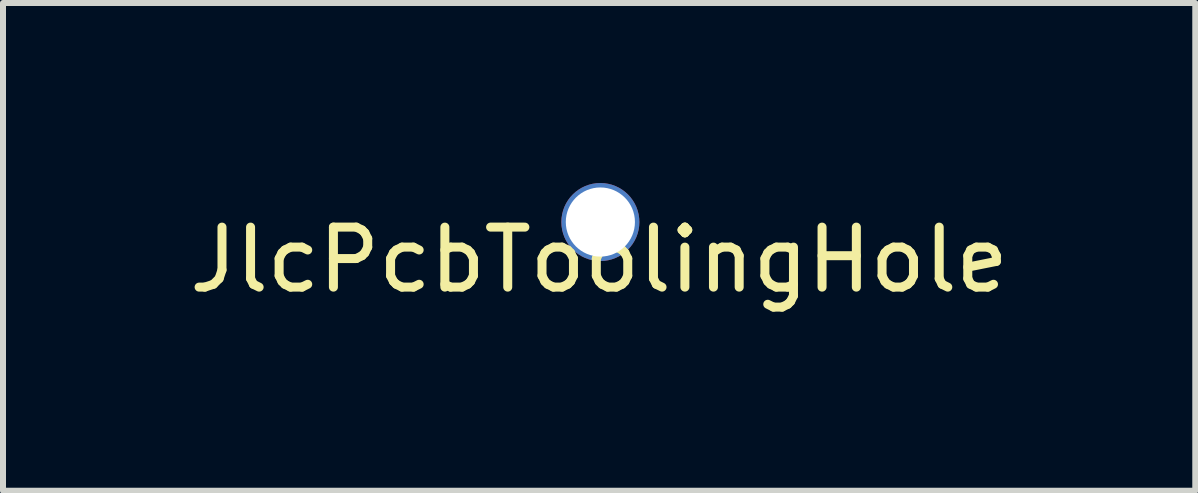
<source format=kicad_pcb>
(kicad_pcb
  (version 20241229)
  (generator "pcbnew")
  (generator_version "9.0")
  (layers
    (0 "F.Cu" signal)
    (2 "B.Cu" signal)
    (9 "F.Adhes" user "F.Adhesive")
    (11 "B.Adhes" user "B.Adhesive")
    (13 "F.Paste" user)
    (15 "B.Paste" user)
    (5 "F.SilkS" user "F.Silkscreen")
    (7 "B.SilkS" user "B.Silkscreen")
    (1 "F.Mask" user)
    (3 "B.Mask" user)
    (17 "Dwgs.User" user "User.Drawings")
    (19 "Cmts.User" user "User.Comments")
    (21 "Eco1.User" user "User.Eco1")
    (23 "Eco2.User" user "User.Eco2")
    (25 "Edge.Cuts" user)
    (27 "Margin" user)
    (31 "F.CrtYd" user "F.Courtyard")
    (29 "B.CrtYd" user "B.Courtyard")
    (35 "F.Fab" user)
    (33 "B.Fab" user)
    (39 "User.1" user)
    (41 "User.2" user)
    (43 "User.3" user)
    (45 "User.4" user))
  (footprint "JlcPcbToolingHole"
    (layer "F.Cu")
    (at 6.955 0.65)
    (property "Reference" "JlcPcbToolingHole" (at -0.02 0.63 0) (layer "F.SilkS") (effects (font (size 1 1) (thickness 0.15))))
    (attr through_hole)
    (pad "" np_thru_hole circle (at 0 0) (size 1.3 1.3) (drill 1.152) (layers "*.Cu" "*.Mask")))
  (gr_rect
    (start -3 -3)
    (end 16.869 5.128)
    (stroke (width 0.1) (type default))
    (fill no)
    (layer "Edge.Cuts")))
</source>
